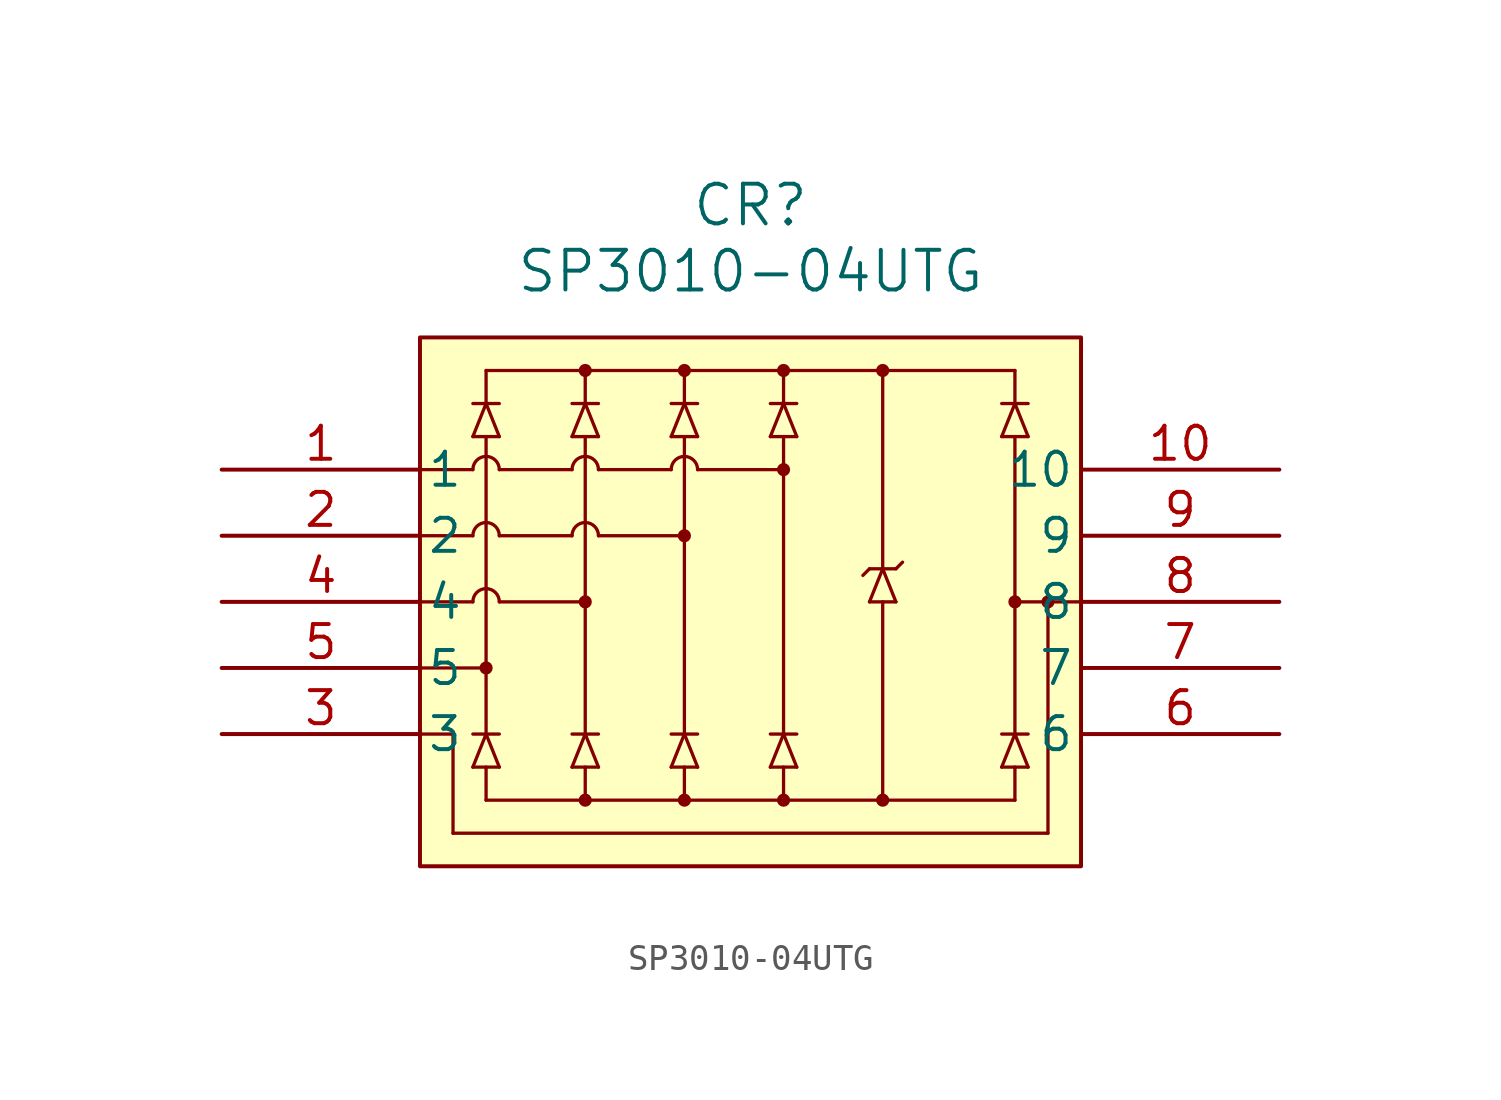
<source format=kicad_sym>
(kicad_symbol_lib
  (version 20220914)
  (generator kicad_symbol_editor)
  (symbol "SP3010-04UTG"
    (pin_names
      (offset 0.254))
    (property "Reference" "CR"
      (at 20.32 10.16 0)
      (effects (font (size 1.524 1.524))))
    (property "Value" "SP3010-04UTG"
      (at 20.32 7.62 0)
      (effects (font (size 1.524 1.524))))
    (property "ki_locked" ""
      (at 0 0 0)
      (effects (font (size 1.27 1.27))))
    (symbol "SP3010-04UTG_0_1"
      (polyline (pts (xy 7.62 -10.16) (xy 8.89 -10.16)) (stroke (width 0.127) (type default)) (fill (type none)))
      (polyline (pts (xy 7.62 -7.62) (xy 10.16 -7.62)) (stroke (width 0.127) (type default)) (fill (type none)))
      (polyline (pts (xy 7.62 -5.08) (xy 9.652 -5.08)) (stroke (width 0.127) (type default)) (fill (type none)))
      (polyline (pts (xy 7.62 -2.54) (xy 9.652 -2.54)) (stroke (width 0.127) (type default)) (fill (type none)))
      (polyline (pts (xy 7.62 0) (xy 9.652 0)) (stroke (width 0.127) (type default)) (fill (type none)))
      (polyline (pts (xy 8.89 -13.97) (xy 8.89 -10.16)) (stroke (width 0.127) (type default)) (fill (type none)))
      (polyline (pts (xy 9.652 -11.43) (xy 10.668 -11.43)) (stroke (width 0.127) (type default)) (fill (type none)))
      (polyline (pts (xy 9.652 -10.16) (xy 10.668 -10.16)) (stroke (width 0.127) (type default)) (fill (type none)))
      (polyline (pts (xy 9.652 1.27) (xy 10.668 1.27)) (stroke (width 0.127) (type default)) (fill (type none)))
      (polyline (pts (xy 9.652 2.54) (xy 10.668 2.54)) (stroke (width 0.127) (type default)) (fill (type none)))
      (polyline (pts (xy 10.16 -12.7) (xy 10.16 -11.43)) (stroke (width 0.127) (type default)) (fill (type none)))
      (polyline (pts (xy 10.16 -12.7) (xy 30.48 -12.7)) (stroke (width 0.127) (type default)) (fill (type none)))
      (polyline (pts (xy 10.16 -10.16) (xy 9.652 -11.43)) (stroke (width 0.127) (type default)) (fill (type none)))
      (polyline (pts (xy 10.16 1.27) (xy 10.16 -10.16)) (stroke (width 0.127) (type default)) (fill (type none)))
      (polyline (pts (xy 10.16 2.54) (xy 9.652 1.27)) (stroke (width 0.127) (type default)) (fill (type none)))
      (polyline (pts (xy 10.16 3.81) (xy 10.16 2.54)) (stroke (width 0.127) (type default)) (fill (type none)))
      (polyline (pts (xy 10.16 3.81) (xy 30.48 3.81)) (stroke (width 0.127) (type default)) (fill (type none)))
      (polyline (pts (xy 10.668 -11.43) (xy 10.16 -10.16)) (stroke (width 0.127) (type default)) (fill (type none)))
      (polyline (pts (xy 10.668 -5.08) (xy 13.97 -5.08)) (stroke (width 0.127) (type default)) (fill (type none)))
      (polyline (pts (xy 10.668 -2.54) (xy 13.462 -2.54)) (stroke (width 0.127) (type default)) (fill (type none)))
      (polyline (pts (xy 10.668 0) (xy 13.462 0)) (stroke (width 0.127) (type default)) (fill (type none)))
      (polyline (pts (xy 10.668 1.27) (xy 10.16 2.54)) (stroke (width 0.127) (type default)) (fill (type none)))
      (polyline (pts (xy 13.462 -11.43) (xy 14.478 -11.43)) (stroke (width 0.127) (type default)) (fill (type none)))
      (polyline (pts (xy 13.462 -10.16) (xy 14.478 -10.16)) (stroke (width 0.127) (type default)) (fill (type none)))
      (polyline (pts (xy 13.462 1.27) (xy 14.478 1.27)) (stroke (width 0.127) (type default)) (fill (type none)))
      (polyline (pts (xy 13.462 2.54) (xy 14.478 2.54)) (stroke (width 0.127) (type default)) (fill (type none)))
      (polyline (pts (xy 13.97 -12.7) (xy 13.97 -11.43)) (stroke (width 0.127) (type default)) (fill (type none)))
      (polyline (pts (xy 13.97 -10.16) (xy 13.462 -11.43)) (stroke (width 0.127) (type default)) (fill (type none)))
      (polyline (pts (xy 13.97 1.27) (xy 13.97 -10.16)) (stroke (width 0.127) (type default)) (fill (type none)))
      (polyline (pts (xy 13.97 2.54) (xy 13.462 1.27)) (stroke (width 0.127) (type default)) (fill (type none)))
      (polyline (pts (xy 13.97 3.81) (xy 13.97 2.54)) (stroke (width 0.127) (type default)) (fill (type none)))
      (polyline (pts (xy 14.478 -11.43) (xy 13.97 -10.16)) (stroke (width 0.127) (type default)) (fill (type none)))
      (polyline (pts (xy 14.478 -2.54) (xy 17.78 -2.54)) (stroke (width 0.127) (type default)) (fill (type none)))
      (polyline (pts (xy 14.478 0) (xy 17.272 0)) (stroke (width 0.127) (type default)) (fill (type none)))
      (polyline (pts (xy 14.478 1.27) (xy 13.97 2.54)) (stroke (width 0.127) (type default)) (fill (type none)))
      (polyline (pts (xy 17.272 -11.43) (xy 18.288 -11.43)) (stroke (width 0.127) (type default)) (fill (type none)))
      (polyline (pts (xy 17.272 -10.16) (xy 18.288 -10.16)) (stroke (width 0.127) (type default)) (fill (type none)))
      (polyline (pts (xy 17.272 1.27) (xy 18.288 1.27)) (stroke (width 0.127) (type default)) (fill (type none)))
      (polyline (pts (xy 17.272 2.54) (xy 18.288 2.54)) (stroke (width 0.127) (type default)) (fill (type none)))
      (polyline (pts (xy 17.78 -12.7) (xy 17.78 -11.43)) (stroke (width 0.127) (type default)) (fill (type none)))
      (polyline (pts (xy 17.78 -10.16) (xy 17.272 -11.43)) (stroke (width 0.127) (type default)) (fill (type none)))
      (polyline (pts (xy 17.78 1.27) (xy 17.78 -10.16)) (stroke (width 0.127) (type default)) (fill (type none)))
      (polyline (pts (xy 17.78 2.54) (xy 17.272 1.27)) (stroke (width 0.127) (type default)) (fill (type none)))
      (polyline (pts (xy 17.78 3.81) (xy 17.78 2.54)) (stroke (width 0.127) (type default)) (fill (type none)))
      (polyline (pts (xy 18.288 -11.43) (xy 17.78 -10.16)) (stroke (width 0.127) (type default)) (fill (type none)))
      (polyline (pts (xy 18.288 0) (xy 21.59 0)) (stroke (width 0.127) (type default)) (fill (type none)))
      (polyline (pts (xy 18.288 1.27) (xy 17.78 2.54)) (stroke (width 0.127) (type default)) (fill (type none)))
      (polyline (pts (xy 21.082 -11.43) (xy 22.098 -11.43)) (stroke (width 0.127) (type default)) (fill (type none)))
      (polyline (pts (xy 21.082 -10.16) (xy 22.098 -10.16)) (stroke (width 0.127) (type default)) (fill (type none)))
      (polyline (pts (xy 21.082 1.27) (xy 22.098 1.27)) (stroke (width 0.127) (type default)) (fill (type none)))
      (polyline (pts (xy 21.082 2.54) (xy 22.098 2.54)) (stroke (width 0.127) (type default)) (fill (type none)))
      (polyline (pts (xy 21.59 -12.7) (xy 21.59 -11.43)) (stroke (width 0.127) (type default)) (fill (type none)))
      (polyline (pts (xy 21.59 -10.16) (xy 21.082 -11.43)) (stroke (width 0.127) (type default)) (fill (type none)))
      (polyline (pts (xy 21.59 1.27) (xy 21.59 -10.16)) (stroke (width 0.127) (type default)) (fill (type none)))
      (polyline (pts (xy 21.59 2.54) (xy 21.082 1.27)) (stroke (width 0.127) (type default)) (fill (type none)))
      (polyline (pts (xy 21.59 3.81) (xy 21.59 2.54)) (stroke (width 0.127) (type default)) (fill (type none)))
      (polyline (pts (xy 22.098 -11.43) (xy 21.59 -10.16)) (stroke (width 0.127) (type default)) (fill (type none)))
      (polyline (pts (xy 22.098 1.27) (xy 21.59 2.54)) (stroke (width 0.127) (type default)) (fill (type none)))
      (polyline (pts (xy 24.892 -5.08) (xy 25.908 -5.08)) (stroke (width 0.127) (type default)) (fill (type none)))
      (polyline (pts (xy 24.892 -3.81) (xy 24.638 -4.064)) (stroke (width 0.127) (type default)) (fill (type none)))
      (polyline (pts (xy 24.892 -3.81) (xy 25.908 -3.81)) (stroke (width 0.127) (type default)) (fill (type none)))
      (polyline (pts (xy 25.4 -5.08) (xy 25.4 -12.7)) (stroke (width 0.127) (type default)) (fill (type none)))
      (polyline (pts (xy 25.4 -3.81) (xy 24.892 -5.08)) (stroke (width 0.127) (type default)) (fill (type none)))
      (polyline (pts (xy 25.4 3.81) (xy 25.4 -3.81)) (stroke (width 0.127) (type default)) (fill (type none)))
      (polyline (pts (xy 25.908 -5.08) (xy 25.4 -3.81)) (stroke (width 0.127) (type default)) (fill (type none)))
      (polyline (pts (xy 25.908 -3.81) (xy 26.162 -3.556)) (stroke (width 0.127) (type default)) (fill (type none)))
      (polyline (pts (xy 29.972 -11.43) (xy 30.988 -11.43)) (stroke (width 0.127) (type default)) (fill (type none)))
      (polyline (pts (xy 29.972 -10.16) (xy 30.988 -10.16)) (stroke (width 0.127) (type default)) (fill (type none)))
      (polyline (pts (xy 29.972 1.27) (xy 30.988 1.27)) (stroke (width 0.127) (type default)) (fill (type none)))
      (polyline (pts (xy 29.972 2.54) (xy 30.988 2.54)) (stroke (width 0.127) (type default)) (fill (type none)))
      (polyline (pts (xy 30.48 -12.7) (xy 30.48 -11.43)) (stroke (width 0.127) (type default)) (fill (type none)))
      (polyline (pts (xy 30.48 -10.16) (xy 29.972 -11.43)) (stroke (width 0.127) (type default)) (fill (type none)))
      (polyline (pts (xy 30.48 1.27) (xy 30.48 -10.16)) (stroke (width 0.127) (type default)) (fill (type none)))
      (polyline (pts (xy 30.48 2.54) (xy 29.972 1.27)) (stroke (width 0.127) (type default)) (fill (type none)))
      (polyline (pts (xy 30.48 3.81) (xy 30.48 2.54)) (stroke (width 0.127) (type default)) (fill (type none)))
      (polyline (pts (xy 30.988 -11.43) (xy 30.48 -10.16)) (stroke (width 0.127) (type default)) (fill (type none)))
      (polyline (pts (xy 30.988 1.27) (xy 30.48 2.54)) (stroke (width 0.127) (type default)) (fill (type none)))
      (polyline (pts (xy 31.75 -13.97) (xy 8.89 -13.97)) (stroke (width 0.127) (type default)) (fill (type none)))
      (polyline (pts (xy 31.75 -5.08) (xy 31.75 -13.97)) (stroke (width 0.127) (type default)) (fill (type none)))
      (polyline (pts (xy 33.02 -5.08) (xy 30.48 -5.08)) (stroke (width 0.127) (type default)) (fill (type none)))
      (circle (center 10.16 -7.62) (radius 0.127) (stroke (width 0.254) (type default)) (fill (type none)))
      (arc (start 10.668 -5.08) (mid 10.16 -4.5742) (end 9.652 -5.08) (stroke (width 0.127) (type default)) (fill (type none)))
      (arc (start 10.668 -2.54) (mid 10.16 -2.0342) (end 9.652 -2.54) (stroke (width 0.127) (type default)) (fill (type none)))
      (arc (start 10.668 0) (mid 10.16 0.5058) (end 9.652 0) (stroke (width 0.127) (type default)) (fill (type none)))
      (circle (center 13.97 -12.7) (radius 0.127) (stroke (width 0.254) (type default)) (fill (type none)))
      (circle (center 13.97 -5.08) (radius 0.127) (stroke (width 0.254) (type default)) (fill (type none)))
      (circle (center 13.97 3.81) (radius 0.127) (stroke (width 0.254) (type default)) (fill (type none)))
      (arc (start 14.478 -2.54) (mid 13.97 -2.0342) (end 13.462 -2.54) (stroke (width 0.127) (type default)) (fill (type none)))
      (arc (start 14.478 0) (mid 13.97 0.5058) (end 13.462 0) (stroke (width 0.127) (type default)) (fill (type none)))
      (circle (center 17.78 -12.7) (radius 0.127) (stroke (width 0.254) (type default)) (fill (type none)))
      (circle (center 17.78 -2.54) (radius 0.127) (stroke (width 0.254) (type default)) (fill (type none)))
      (circle (center 17.78 3.81) (radius 0.127) (stroke (width 0.254) (type default)) (fill (type none)))
      (arc (start 18.288 0) (mid 17.78 0.5058) (end 17.272 0) (stroke (width 0.127) (type default)) (fill (type none)))
      (circle (center 21.59 -12.7) (radius 0.127) (stroke (width 0.254) (type default)) (fill (type none)))
      (circle (center 21.59 0) (radius 0.127) (stroke (width 0.254) (type default)) (fill (type none)))
      (circle (center 21.59 3.81) (radius 0.127) (stroke (width 0.254) (type default)) (fill (type none)))
      (circle (center 25.4 -12.7) (radius 0.127) (stroke (width 0.254) (type default)) (fill (type none)))
      (circle (center 25.4 3.81) (radius 0.127) (stroke (width 0.254) (type default)) (fill (type none)))
      (circle (center 30.48 -5.08) (radius 0.127) (stroke (width 0.254) (type default)) (fill (type none)))
      (circle (center 31.75 -5.08) (radius 0.127) (stroke (width 0.254) (type default)) (fill (type none)))
      (pin unspecified line (at 0 0 0) (length 7.62) (name "1" (effects (font (size 1.27 1.27)))) (number "1" (effects (font (size 1.27 1.27)))))
      (pin unspecified line (at 40.64 0 180) (length 7.62) (name "10" (effects (font (size 1.27 1.27)))) (number "10" (effects (font (size 1.27 1.27)))))
      (pin unspecified line (at 0 -2.54 0) (length 7.62) (name "2" (effects (font (size 1.27 1.27)))) (number "2" (effects (font (size 1.27 1.27)))))
      (pin unspecified line (at 0 -10.16 0) (length 7.62) (name "3" (effects (font (size 1.27 1.27)))) (number "3" (effects (font (size 1.27 1.27)))))
      (pin unspecified line (at 0 -5.08 0) (length 7.62) (name "4" (effects (font (size 1.27 1.27)))) (number "4" (effects (font (size 1.27 1.27)))))
      (pin unspecified line (at 0 -7.62 0) (length 7.62) (name "5" (effects (font (size 1.27 1.27)))) (number "5" (effects (font (size 1.27 1.27)))))
      (pin unspecified line (at 40.64 -10.16 180) (length 7.62) (name "6" (effects (font (size 1.27 1.27)))) (number "6" (effects (font (size 1.27 1.27)))))
      (pin unspecified line (at 40.64 -7.62 180) (length 7.62) (name "7" (effects (font (size 1.27 1.27)))) (number "7" (effects (font (size 1.27 1.27)))))
      (pin unspecified line (at 40.64 -5.08 180) (length 7.62) (name "8" (effects (font (size 1.27 1.27)))) (number "8" (effects (font (size 1.27 1.27)))))
      (pin unspecified line (at 40.64 -2.54 180) (length 7.62) (name "9" (effects (font (size 1.27 1.27)))) (number "9" (effects (font (size 1.27 1.27))))))
    (symbol "SP3010-04UTG_1_1"
      (rectangle (start 7.62 5.08) (end 33.02 -15.24) (stroke (width 0) (type default)) (fill (type background))))))
</source>
